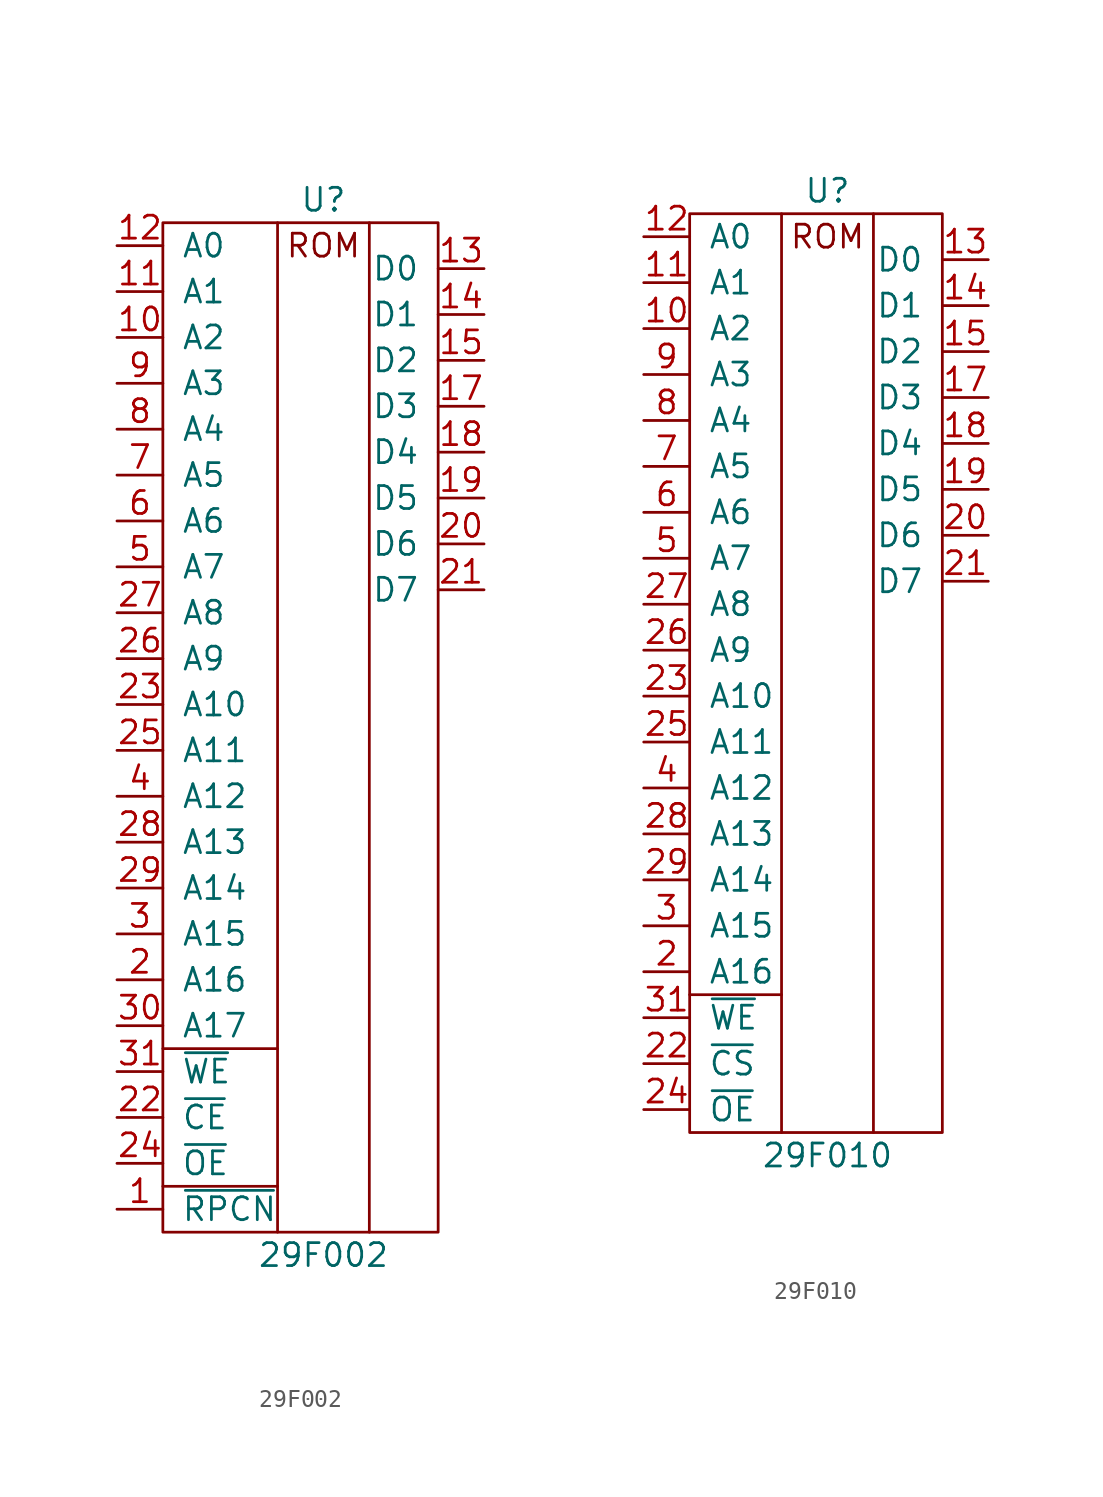
<source format=kicad_sym>
(kicad_symbol_lib
  (version 20211014)
  (generator kicad_symbol_editor)
  (symbol "29F002"
    (pin_names
      (offset 1.016))
    (property "Reference" "U"
      (at 0 27.94 0)
      (effects (font (size 1.27 1.27))))
    (property "Value" "29F002"
      (at 0 -30.48 0)
      (effects (font (size 1.27 1.27))))
    (symbol "29F002_0_1"
      (polyline (pts (xy -2.54 -26.67) (xy -8.89 -26.67)) (stroke (width 0) (type default) (color 0 0 0 0)) (fill (type none))))
    (symbol "29F002_1_1"
      (rectangle (start -8.89 26.67) (end 6.35 -29.21) (stroke (width 0) (type default) (color 0 0 0 0)) (fill (type none)))
      (polyline (pts (xy -8.89 -19.05) (xy -2.54 -19.05)) (stroke (width 0) (type default) (color 0 0 0 0)) (fill (type none)))
      (polyline (pts (xy -2.54 -29.21) (xy -2.54 26.67)) (stroke (width 0) (type default) (color 0 0 0 0)) (fill (type none)))
      (polyline (pts (xy 2.54 26.67) (xy 2.54 -29.21)) (stroke (width 0) (type default) (color 0 0 0 0)) (fill (type none)))
      (text "ROM" (at 0 25.4 0) (effects (font (size 1.27 1.27))))
      (pin input line (at -11.43 -27.94 0) (length 2.54) (name "~{RPCN}" (effects (font (size 1.27 1.27)))) (number "1" (effects (font (size 1.27 1.27)))))
      (pin input line (at -11.43 20.32 0) (length 2.54) (name "A2" (effects (font (size 1.27 1.27)))) (number "10" (effects (font (size 1.27 1.27)))))
      (pin input line (at -11.43 22.86 0) (length 2.54) (name "A1" (effects (font (size 1.27 1.27)))) (number "11" (effects (font (size 1.27 1.27)))))
      (pin input line (at -11.43 25.4 0) (length 2.54) (name "A0" (effects (font (size 1.27 1.27)))) (number "12" (effects (font (size 1.27 1.27)))))
      (pin bidirectional line (at 8.89 24.13 180) (length 2.54) (name "D0" (effects (font (size 1.27 1.27)))) (number "13" (effects (font (size 1.27 1.27)))))
      (pin bidirectional line (at 8.89 21.59 180) (length 2.54) (name "D1" (effects (font (size 1.27 1.27)))) (number "14" (effects (font (size 1.27 1.27)))))
      (pin bidirectional line (at 8.89 19.05 180) (length 2.54) (name "D2" (effects (font (size 1.27 1.27)))) (number "15" (effects (font (size 1.27 1.27)))))
      (pin power_in line (at 6.35 -29.21 180) (length 0) hide (name "GND" (effects (font (size 1.27 1.27)))) (number "16" (effects (font (size 1.27 1.27)))))
      (pin bidirectional line (at 8.89 16.51 180) (length 2.54) (name "D3" (effects (font (size 1.27 1.27)))) (number "17" (effects (font (size 1.27 1.27)))))
      (pin bidirectional line (at 8.89 13.97 180) (length 2.54) (name "D4" (effects (font (size 1.27 1.27)))) (number "18" (effects (font (size 1.27 1.27)))))
      (pin bidirectional line (at 8.89 11.43 180) (length 2.54) (name "D5" (effects (font (size 1.27 1.27)))) (number "19" (effects (font (size 1.27 1.27)))))
      (pin input line (at -11.43 -15.24 0) (length 2.54) (name "A16" (effects (font (size 1.27 1.27)))) (number "2" (effects (font (size 1.27 1.27)))))
      (pin bidirectional line (at 8.89 8.89 180) (length 2.54) (name "D6" (effects (font (size 1.27 1.27)))) (number "20" (effects (font (size 1.27 1.27)))))
      (pin bidirectional line (at 8.89 6.35 180) (length 2.54) (name "D7" (effects (font (size 1.27 1.27)))) (number "21" (effects (font (size 1.27 1.27)))))
      (pin input line (at -11.43 -22.86 0) (length 2.54) (name "~{CE}" (effects (font (size 1.27 1.27)))) (number "22" (effects (font (size 1.27 1.27)))))
      (pin input line (at -11.43 0 0) (length 2.54) (name "A10" (effects (font (size 1.27 1.27)))) (number "23" (effects (font (size 1.27 1.27)))))
      (pin input line (at -11.43 -25.4 0) (length 2.54) (name "~{OE}" (effects (font (size 1.27 1.27)))) (number "24" (effects (font (size 1.27 1.27)))))
      (pin input line (at -11.43 -2.54 0) (length 2.54) (name "A11" (effects (font (size 1.27 1.27)))) (number "25" (effects (font (size 1.27 1.27)))))
      (pin input line (at -11.43 2.54 0) (length 2.54) (name "A9" (effects (font (size 1.27 1.27)))) (number "26" (effects (font (size 1.27 1.27)))))
      (pin input line (at -11.43 5.08 0) (length 2.54) (name "A8" (effects (font (size 1.27 1.27)))) (number "27" (effects (font (size 1.27 1.27)))))
      (pin input line (at -11.43 -7.62 0) (length 2.54) (name "A13" (effects (font (size 1.27 1.27)))) (number "28" (effects (font (size 1.27 1.27)))))
      (pin input line (at -11.43 -10.16 0) (length 2.54) (name "A14" (effects (font (size 1.27 1.27)))) (number "29" (effects (font (size 1.27 1.27)))))
      (pin input line (at -11.43 -12.7 0) (length 2.54) (name "A15" (effects (font (size 1.27 1.27)))) (number "3" (effects (font (size 1.27 1.27)))))
      (pin input line (at -11.43 -17.78 0) (length 2.54) (name "A17" (effects (font (size 1.27 1.27)))) (number "30" (effects (font (size 1.27 1.27)))))
      (pin input line (at -11.43 -20.32 0) (length 2.54) (name "~{WE}" (effects (font (size 1.27 1.27)))) (number "31" (effects (font (size 1.27 1.27)))))
      (pin power_in line (at 6.35 26.67 180) (length 0) hide (name "VCC" (effects (font (size 1.27 1.27)))) (number "32" (effects (font (size 1.27 1.27)))))
      (pin input line (at -11.43 -5.08 0) (length 2.54) (name "A12" (effects (font (size 1.27 1.27)))) (number "4" (effects (font (size 1.27 1.27)))))
      (pin input line (at -11.43 7.62 0) (length 2.54) (name "A7" (effects (font (size 1.27 1.27)))) (number "5" (effects (font (size 1.27 1.27)))))
      (pin input line (at -11.43 10.16 0) (length 2.54) (name "A6" (effects (font (size 1.27 1.27)))) (number "6" (effects (font (size 1.27 1.27)))))
      (pin input line (at -11.43 12.7 0) (length 2.54) (name "A5" (effects (font (size 1.27 1.27)))) (number "7" (effects (font (size 1.27 1.27)))))
      (pin input line (at -11.43 15.24 0) (length 2.54) (name "A4" (effects (font (size 1.27 1.27)))) (number "8" (effects (font (size 1.27 1.27)))))
      (pin input line (at -11.43 17.78 0) (length 2.54) (name "A3" (effects (font (size 1.27 1.27)))) (number "9" (effects (font (size 1.27 1.27)))))))
  (symbol "29F010"
    (pin_names
      (offset 1.016))
    (property "Reference" "U"
      (at 0 26.67 0)
      (effects (font (size 1.27 1.27))))
    (property "Value" "29F010"
      (at 0 -26.67 0)
      (effects (font (size 1.27 1.27))))
    (symbol "29F010_0_1"
      (polyline (pts (xy -7.62 -17.78) (xy -2.54 -17.78)) (stroke (width 0) (type default) (color 0 0 0 0)) (fill (type none))))
    (symbol "29F010_1_1"
      (rectangle (start -7.62 25.4) (end 6.35 -25.4) (stroke (width 0) (type default) (color 0 0 0 0)) (fill (type none)))
      (polyline (pts (xy -2.54 -25.4) (xy -2.54 25.4)) (stroke (width 0) (type default) (color 0 0 0 0)) (fill (type none)))
      (polyline (pts (xy 2.54 25.4) (xy 2.54 -25.4)) (stroke (width 0) (type default) (color 0 0 0 0)) (fill (type none)))
      (text "ROM" (at 0 24.13 0) (effects (font (size 1.27 1.27))))
      (pin no_connect line (at 6.35 -22.86 180) (length 0) hide (name "NC" (effects (font (size 1.27 1.27)))) (number "1" (effects (font (size 1.27 1.27)))))
      (pin input line (at -10.16 19.05 0) (length 2.54) (name "A2" (effects (font (size 1.27 1.27)))) (number "10" (effects (font (size 1.27 1.27)))))
      (pin input line (at -10.16 21.59 0) (length 2.54) (name "A1" (effects (font (size 1.27 1.27)))) (number "11" (effects (font (size 1.27 1.27)))))
      (pin input line (at -10.16 24.13 0) (length 2.54) (name "A0" (effects (font (size 1.27 1.27)))) (number "12" (effects (font (size 1.27 1.27)))))
      (pin bidirectional line (at 8.89 22.86 180) (length 2.54) (name "D0" (effects (font (size 1.27 1.27)))) (number "13" (effects (font (size 1.27 1.27)))))
      (pin bidirectional line (at 8.89 20.32 180) (length 2.54) (name "D1" (effects (font (size 1.27 1.27)))) (number "14" (effects (font (size 1.27 1.27)))))
      (pin bidirectional line (at 8.89 17.78 180) (length 2.54) (name "D2" (effects (font (size 1.27 1.27)))) (number "15" (effects (font (size 1.27 1.27)))))
      (pin power_in line (at 6.35 -25.4 180) (length 0) hide (name "GND" (effects (font (size 1.27 1.27)))) (number "16" (effects (font (size 1.27 1.27)))))
      (pin bidirectional line (at 8.89 15.24 180) (length 2.54) (name "D3" (effects (font (size 1.27 1.27)))) (number "17" (effects (font (size 1.27 1.27)))))
      (pin bidirectional line (at 8.89 12.7 180) (length 2.54) (name "D4" (effects (font (size 1.27 1.27)))) (number "18" (effects (font (size 1.27 1.27)))))
      (pin bidirectional line (at 8.89 10.16 180) (length 2.54) (name "D5" (effects (font (size 1.27 1.27)))) (number "19" (effects (font (size 1.27 1.27)))))
      (pin input line (at -10.16 -16.51 0) (length 2.54) (name "A16" (effects (font (size 1.27 1.27)))) (number "2" (effects (font (size 1.27 1.27)))))
      (pin bidirectional line (at 8.89 7.62 180) (length 2.54) (name "D6" (effects (font (size 1.27 1.27)))) (number "20" (effects (font (size 1.27 1.27)))))
      (pin bidirectional line (at 8.89 5.08 180) (length 2.54) (name "D7" (effects (font (size 1.27 1.27)))) (number "21" (effects (font (size 1.27 1.27)))))
      (pin input line (at -10.16 -21.59 0) (length 2.54) (name "~{CS}" (effects (font (size 1.27 1.27)))) (number "22" (effects (font (size 1.27 1.27)))))
      (pin input line (at -10.16 -1.27 0) (length 2.54) (name "A10" (effects (font (size 1.27 1.27)))) (number "23" (effects (font (size 1.27 1.27)))))
      (pin input line (at -10.16 -24.13 0) (length 2.54) (name "~{OE}" (effects (font (size 1.27 1.27)))) (number "24" (effects (font (size 1.27 1.27)))))
      (pin input line (at -10.16 -3.81 0) (length 2.54) (name "A11" (effects (font (size 1.27 1.27)))) (number "25" (effects (font (size 1.27 1.27)))))
      (pin input line (at -10.16 1.27 0) (length 2.54) (name "A9" (effects (font (size 1.27 1.27)))) (number "26" (effects (font (size 1.27 1.27)))))
      (pin input line (at -10.16 3.81 0) (length 2.54) (name "A8" (effects (font (size 1.27 1.27)))) (number "27" (effects (font (size 1.27 1.27)))))
      (pin input line (at -10.16 -8.89 0) (length 2.54) (name "A13" (effects (font (size 1.27 1.27)))) (number "28" (effects (font (size 1.27 1.27)))))
      (pin input line (at -10.16 -11.43 0) (length 2.54) (name "A14" (effects (font (size 1.27 1.27)))) (number "29" (effects (font (size 1.27 1.27)))))
      (pin input line (at -10.16 -13.97 0) (length 2.54) (name "A15" (effects (font (size 1.27 1.27)))) (number "3" (effects (font (size 1.27 1.27)))))
      (pin no_connect line (at 6.35 -19.05 180) (length 0) hide (name "NC" (effects (font (size 1.27 1.27)))) (number "30" (effects (font (size 1.27 1.27)))))
      (pin input line (at -10.16 -19.05 0) (length 2.54) (name "~{WE}" (effects (font (size 1.27 1.27)))) (number "31" (effects (font (size 1.27 1.27)))))
      (pin power_in line (at 6.35 25.4 180) (length 0) hide (name "VCC" (effects (font (size 1.27 1.27)))) (number "32" (effects (font (size 1.27 1.27)))))
      (pin input line (at -10.16 -6.35 0) (length 2.54) (name "A12" (effects (font (size 1.27 1.27)))) (number "4" (effects (font (size 1.27 1.27)))))
      (pin input line (at -10.16 6.35 0) (length 2.54) (name "A7" (effects (font (size 1.27 1.27)))) (number "5" (effects (font (size 1.27 1.27)))))
      (pin input line (at -10.16 8.89 0) (length 2.54) (name "A6" (effects (font (size 1.27 1.27)))) (number "6" (effects (font (size 1.27 1.27)))))
      (pin input line (at -10.16 11.43 0) (length 2.54) (name "A5" (effects (font (size 1.27 1.27)))) (number "7" (effects (font (size 1.27 1.27)))))
      (pin input line (at -10.16 13.97 0) (length 2.54) (name "A4" (effects (font (size 1.27 1.27)))) (number "8" (effects (font (size 1.27 1.27)))))
      (pin input line (at -10.16 16.51 0) (length 2.54) (name "A3" (effects (font (size 1.27 1.27)))) (number "9" (effects (font (size 1.27 1.27))))))))
</source>
